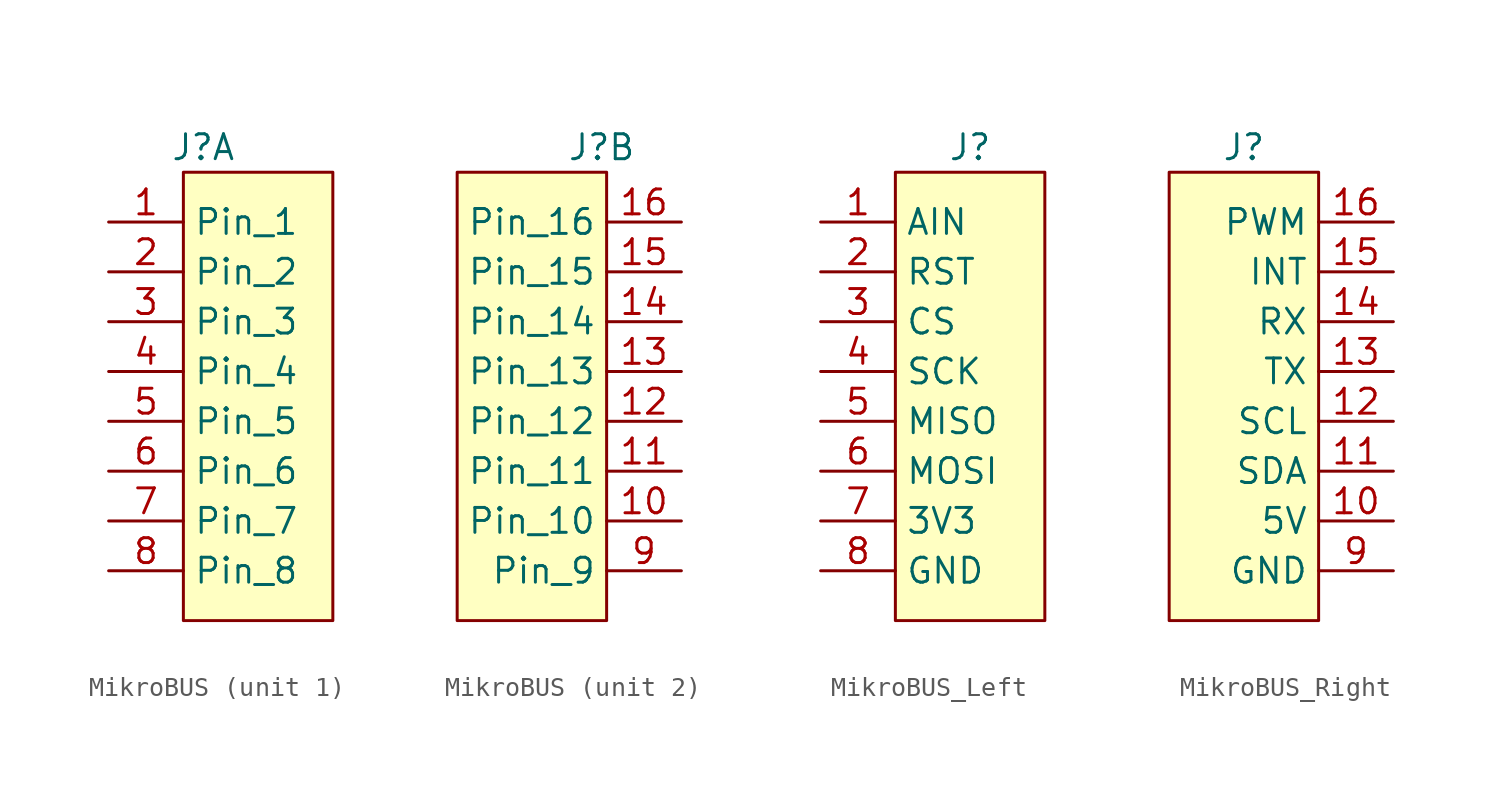
<source format=kicad_sym>
(kicad_symbol_lib
  (version 20241209)
  (generator "kicad_symbol_editor")
  (generator_version "9.0")
  (symbol "MikroBUS"
    (property "Reference" "J"
      (at -0.254 11.43 0)
      (effects (font (size 1.27 1.27))))
    (property "Value" ""
      (at 0 0 0)
      (effects (font (size 1.27 1.27))))
    (property "ki_locked" ""
      (at 0 0 0)
      (effects (font (size 1.27 1.27))))
    (symbol "MikroBUS_1_1"
      (rectangle (start -1.27 10.16) (end 6.35 -12.7) (stroke (width 0) (type solid)) (fill (type background)))
      (pin passive line (at -5.08 7.62 0) (length 3.81) (name "Pin_1" (effects (font (size 1.27 1.27)))) (number "1" (effects (font (size 1.27 1.27)))))
      (pin passive line (at -5.08 5.08 0) (length 3.81) (name "Pin_2" (effects (font (size 1.27 1.27)))) (number "2" (effects (font (size 1.27 1.27)))))
      (pin passive line (at -5.08 2.54 0) (length 3.81) (name "Pin_3" (effects (font (size 1.27 1.27)))) (number "3" (effects (font (size 1.27 1.27)))))
      (pin passive line (at -5.08 0 0) (length 3.81) (name "Pin_4" (effects (font (size 1.27 1.27)))) (number "4" (effects (font (size 1.27 1.27)))))
      (pin passive line (at -5.08 -2.54 0) (length 3.81) (name "Pin_5" (effects (font (size 1.27 1.27)))) (number "5" (effects (font (size 1.27 1.27)))))
      (pin passive line (at -5.08 -5.08 0) (length 3.81) (name "Pin_6" (effects (font (size 1.27 1.27)))) (number "6" (effects (font (size 1.27 1.27)))))
      (pin passive line (at -5.08 -7.62 0) (length 3.81) (name "Pin_7" (effects (font (size 1.27 1.27)))) (number "7" (effects (font (size 1.27 1.27)))))
      (pin passive line (at -5.08 -10.16 0) (length 3.81) (name "Pin_8" (effects (font (size 1.27 1.27)))) (number "8" (effects (font (size 1.27 1.27))))))
    (symbol "MikroBUS_2_1"
      (rectangle (start -7.62 10.16) (end 0 -12.7) (stroke (width 0) (type solid)) (fill (type background)))
      (pin passive line (at 3.81 7.62 180) (length 3.81) (name "Pin_16" (effects (font (size 1.27 1.27)))) (number "16" (effects (font (size 1.27 1.27)))))
      (pin passive line (at 3.81 5.08 180) (length 3.81) (name "Pin_15" (effects (font (size 1.27 1.27)))) (number "15" (effects (font (size 1.27 1.27)))))
      (pin passive line (at 3.81 2.54 180) (length 3.81) (name "Pin_14" (effects (font (size 1.27 1.27)))) (number "14" (effects (font (size 1.27 1.27)))))
      (pin passive line (at 3.81 0 180) (length 3.81) (name "Pin_13" (effects (font (size 1.27 1.27)))) (number "13" (effects (font (size 1.27 1.27)))))
      (pin passive line (at 3.81 -2.54 180) (length 3.81) (name "Pin_12" (effects (font (size 1.27 1.27)))) (number "12" (effects (font (size 1.27 1.27)))))
      (pin passive line (at 3.81 -5.08 180) (length 3.81) (name "Pin_11" (effects (font (size 1.27 1.27)))) (number "11" (effects (font (size 1.27 1.27)))))
      (pin passive line (at 3.81 -7.62 180) (length 3.81) (name "Pin_10" (effects (font (size 1.27 1.27)))) (number "10" (effects (font (size 1.27 1.27)))))
      (pin passive line (at 3.81 -10.16 180) (length 3.81) (name "Pin_9" (effects (font (size 1.27 1.27)))) (number "9" (effects (font (size 1.27 1.27)))))))
  (symbol "MikroBUS_Left"
    (property "Reference" "J"
      (at 0 11.43 0)
      (effects (font (size 1.27 1.27))))
    (property "Value" ""
      (at 0 0 0)
      (effects (font (size 1.27 1.27))))
    (symbol "MikroBUS_Left_1_1"
      (rectangle (start -3.81 10.16) (end 3.81 -12.7) (stroke (width 0) (type solid)) (fill (type background)))
      (pin passive line (at -7.62 7.62 0) (length 3.81) (name "AIN" (effects (font (size 1.27 1.27)))) (number "1" (effects (font (size 1.27 1.27)))))
      (pin passive line (at -7.62 5.08 0) (length 3.81) (name "RST" (effects (font (size 1.27 1.27)))) (number "2" (effects (font (size 1.27 1.27)))))
      (pin passive line (at -7.62 2.54 0) (length 3.81) (name "CS" (effects (font (size 1.27 1.27)))) (number "3" (effects (font (size 1.27 1.27)))))
      (pin passive line (at -7.62 0 0) (length 3.81) (name "SCK" (effects (font (size 1.27 1.27)))) (number "4" (effects (font (size 1.27 1.27)))))
      (pin passive line (at -7.62 -2.54 0) (length 3.81) (name "MISO" (effects (font (size 1.27 1.27)))) (number "5" (effects (font (size 1.27 1.27)))))
      (pin passive line (at -7.62 -5.08 0) (length 3.81) (name "MOSI" (effects (font (size 1.27 1.27)))) (number "6" (effects (font (size 1.27 1.27)))))
      (pin passive line (at -7.62 -7.62 0) (length 3.81) (name "3V3" (effects (font (size 1.27 1.27)))) (number "7" (effects (font (size 1.27 1.27)))))
      (pin passive line (at -7.62 -10.16 0) (length 3.81) (name "GND" (effects (font (size 1.27 1.27)))) (number "8" (effects (font (size 1.27 1.27)))))))
  (symbol "MikroBUS_Right"
    (property "Reference" "J"
      (at 0 12.7 0)
      (effects (font (size 1.27 1.27))))
    (property "Value" ""
      (at 0 0 0)
      (effects (font (size 1.27 1.27))))
    (symbol "MikroBUS_Right_1_1"
      (rectangle (start 3.81 11.43) (end -3.81 -11.43) (stroke (width 0) (type solid)) (fill (type background)))
      (pin passive line (at 7.62 8.89 180) (length 3.81) (name "PWM" (effects (font (size 1.27 1.27)))) (number "16" (effects (font (size 1.27 1.27)))))
      (pin passive line (at 7.62 6.35 180) (length 3.81) (name "INT" (effects (font (size 1.27 1.27)))) (number "15" (effects (font (size 1.27 1.27)))))
      (pin passive line (at 7.62 3.81 180) (length 3.81) (name "RX" (effects (font (size 1.27 1.27)))) (number "14" (effects (font (size 1.27 1.27)))))
      (pin passive line (at 7.62 1.27 180) (length 3.81) (name "TX" (effects (font (size 1.27 1.27)))) (number "13" (effects (font (size 1.27 1.27)))))
      (pin passive line (at 7.62 -1.27 180) (length 3.81) (name "SCL" (effects (font (size 1.27 1.27)))) (number "12" (effects (font (size 1.27 1.27)))))
      (pin passive line (at 7.62 -3.81 180) (length 3.81) (name "SDA" (effects (font (size 1.27 1.27)))) (number "11" (effects (font (size 1.27 1.27)))))
      (pin passive line (at 7.62 -6.35 180) (length 3.81) (name "5V" (effects (font (size 1.27 1.27)))) (number "10" (effects (font (size 1.27 1.27)))))
      (pin passive line (at 7.62 -8.89 180) (length 3.81) (name "GND" (effects (font (size 1.27 1.27)))) (number "9" (effects (font (size 1.27 1.27))))))))
</source>
